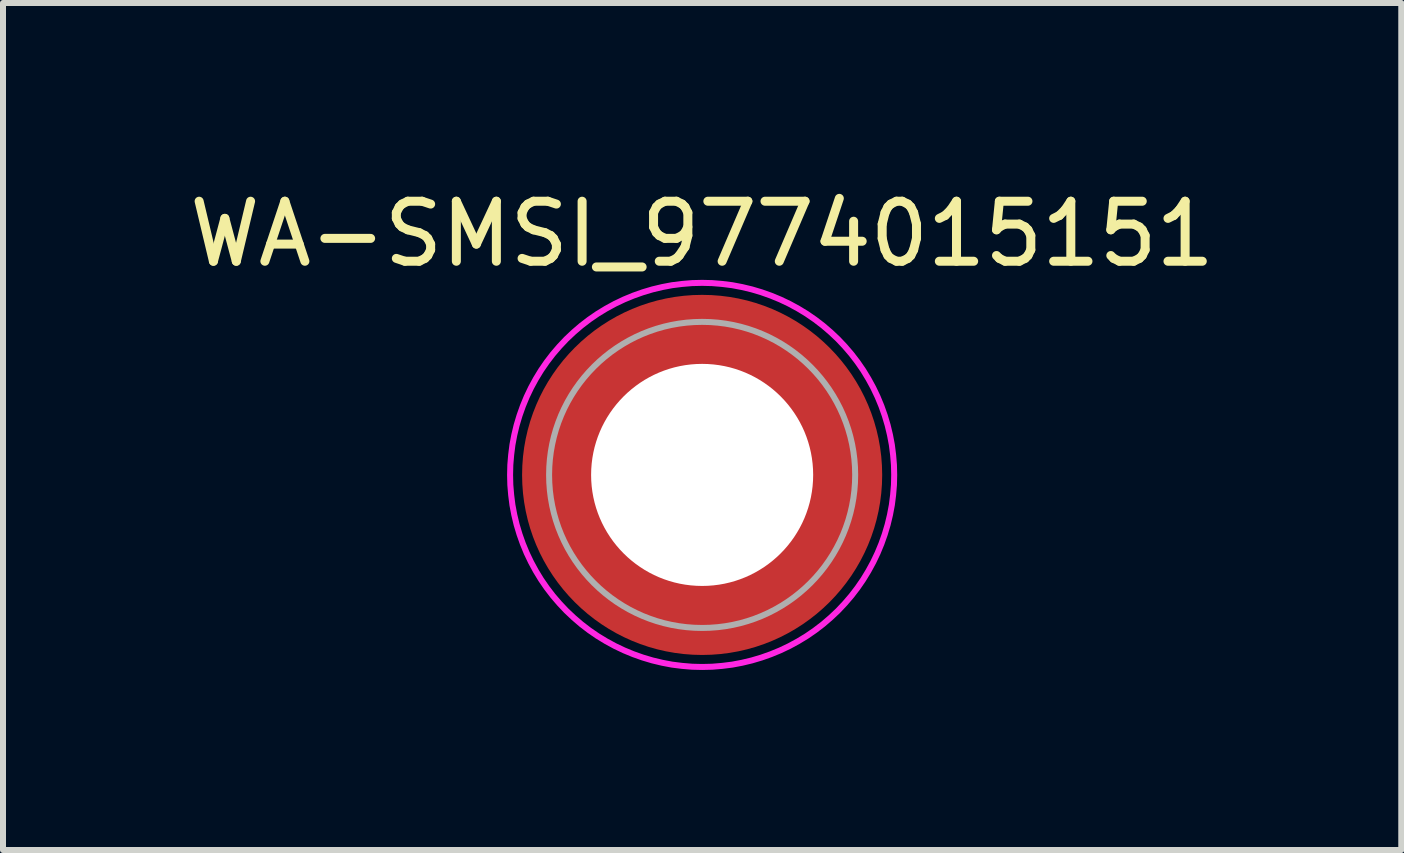
<source format=kicad_pcb>
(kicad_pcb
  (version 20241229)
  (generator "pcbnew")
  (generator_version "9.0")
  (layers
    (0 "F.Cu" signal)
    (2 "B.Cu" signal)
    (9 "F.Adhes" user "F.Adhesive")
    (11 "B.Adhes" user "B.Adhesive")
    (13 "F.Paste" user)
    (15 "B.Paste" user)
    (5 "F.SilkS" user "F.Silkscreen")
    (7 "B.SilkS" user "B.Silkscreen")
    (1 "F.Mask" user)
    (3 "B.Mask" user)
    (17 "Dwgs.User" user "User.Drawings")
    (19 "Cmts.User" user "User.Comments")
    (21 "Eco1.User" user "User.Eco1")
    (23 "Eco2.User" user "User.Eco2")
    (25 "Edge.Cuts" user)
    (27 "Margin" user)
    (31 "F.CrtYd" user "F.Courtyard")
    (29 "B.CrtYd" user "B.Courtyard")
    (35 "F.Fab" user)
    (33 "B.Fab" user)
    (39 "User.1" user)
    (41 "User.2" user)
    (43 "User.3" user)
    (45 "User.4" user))
  (footprint "WA-SMSI_9774015151"
    (layer "F.Cu")
    (at 8.649 4.863)
    (property "Reference" "WA-SMSI_9774015151" (at 0 -4.015 0) (layer "F.SilkS") (effects (font (size 1 1) (thickness 0.15))))
    (attr smd)
    (fp_poly (pts (xy -2.9 0.325) (xy -1.87 0.325) (xy -1.87 0.335) (xy -1.865 0.37) (xy -1.85 0.435) (xy -1.82 0.55) (xy -1.795 0.625) (xy -1.76 0.715) (xy -1.74 0.765) (xy -1.695 0.86) (xy -1.655 0.935) (xy -1.585 1.05) (xy -1.54 1.115) (xy -1.505 1.16) (xy -1.445 1.235) (xy -1.395 1.29) (xy -1.355 1.335) (xy -1.315 1.37) (xy -1.235 1.445) (xy -1.18 1.49) (xy -1.135 1.525) (xy -1.08 1.565) (xy -1.025 1.6) (xy -0.96 1.64) (xy -0.89 1.68) (xy -0.81 1.72) (xy -0.73 1.755) (xy -0.645 1.79) (xy -0.57 1.815) (xy -0.495 1.835) (xy -0.415 1.855) (xy -0.365 1.865) (xy -0.34 1.87) (xy -0.325 1.87) (xy -0.325 2.9) (xy -0.325 2.905) (xy -0.35 2.9) (xy -0.42 2.89) (xy -0.51 2.875) (xy -0.59 2.86) (xy -0.665 2.845) (xy -0.765 2.82) (xy -0.85 2.795) (xy -0.94 2.765) (xy -1.01 2.74) (xy -1.09 2.71) (xy -1.175 2.675) (xy -1.25 2.64) (xy -1.32 2.605) (xy -1.37 2.58) (xy -1.44 2.54) (xy -1.51 2.5) (xy -1.58 2.455) (xy -1.62 2.43) (xy -1.685 2.385) (xy -1.735 2.35) (xy -1.78 2.315) (xy -1.845 2.265) (xy -1.91 2.21) (xy -1.95 2.175) (xy -2.015 2.115) (xy -2.075 2.055) (xy -2.125 2.005) (xy -2.165 1.96) (xy -2.205 1.915) (xy -2.26 1.85) (xy -2.3 1.8) (xy -2.345 1.74) (xy -2.395 1.67) (xy -2.44 1.605) (xy -2.49 1.525) (xy -2.525 1.47) (xy -2.57 1.385) (xy -2.61 1.315) (xy -2.65 1.23) (xy -2.68 1.16) (xy -2.725 1.055) (xy -2.76 0.955) (xy -2.785 0.88) (xy -2.81 0.8) (xy -2.84 0.68) (xy -2.86 0.595) (xy -2.875 0.515) (xy -2.89 0.43) (xy -2.9 0.35)) (stroke (width 0.01) (type solid)) (fill yes) (layer "F.Paste"))
    (fp_poly (pts (xy -0.325 -2.9) (xy -0.325 -1.87) (xy -0.335 -1.87) (xy -0.37 -1.865) (xy -0.435 -1.85) (xy -0.55 -1.82) (xy -0.625 -1.795) (xy -0.715 -1.76) (xy -0.765 -1.74) (xy -0.86 -1.695) (xy -0.935 -1.655) (xy -1.05 -1.585) (xy -1.115 -1.54) (xy -1.16 -1.505) (xy -1.235 -1.445) (xy -1.29 -1.395) (xy -1.335 -1.355) (xy -1.37 -1.315) (xy -1.445 -1.235) (xy -1.49 -1.18) (xy -1.525 -1.135) (xy -1.565 -1.08) (xy -1.6 -1.025) (xy -1.64 -0.96) (xy -1.68 -0.89) (xy -1.72 -0.81) (xy -1.755 -0.73) (xy -1.79 -0.645) (xy -1.815 -0.57) (xy -1.835 -0.495) (xy -1.855 -0.415) (xy -1.865 -0.365) (xy -1.87 -0.34) (xy -1.87 -0.325) (xy -2.9 -0.325) (xy -2.905 -0.325) (xy -2.9 -0.35) (xy -2.89 -0.42) (xy -2.875 -0.51) (xy -2.86 -0.59) (xy -2.845 -0.665) (xy -2.82 -0.765) (xy -2.795 -0.85) (xy -2.765 -0.94) (xy -2.74 -1.01) (xy -2.71 -1.09) (xy -2.675 -1.175) (xy -2.64 -1.25) (xy -2.605 -1.32) (xy -2.58 -1.37) (xy -2.54 -1.44) (xy -2.5 -1.51) (xy -2.455 -1.58) (xy -2.43 -1.62) (xy -2.385 -1.685) (xy -2.35 -1.735) (xy -2.315 -1.78) (xy -2.265 -1.845) (xy -2.21 -1.91) (xy -2.175 -1.95) (xy -2.115 -2.015) (xy -2.055 -2.075) (xy -2.005 -2.125) (xy -1.96 -2.165) (xy -1.915 -2.205) (xy -1.85 -2.26) (xy -1.8 -2.3) (xy -1.74 -2.345) (xy -1.67 -2.395) (xy -1.605 -2.44) (xy -1.525 -2.49) (xy -1.47 -2.525) (xy -1.385 -2.57) (xy -1.315 -2.61) (xy -1.23 -2.65) (xy -1.16 -2.68) (xy -1.055 -2.725) (xy -0.955 -2.76) (xy -0.88 -2.785) (xy -0.8 -2.81) (xy -0.68 -2.84) (xy -0.595 -2.86) (xy -0.515 -2.875) (xy -0.43 -2.89) (xy -0.35 -2.9)) (stroke (width 0.01) (type solid)) (fill yes) (layer "F.Paste"))
    (fp_poly (pts (xy 0.325 2.9) (xy 0.325 1.87) (xy 0.335 1.87) (xy 0.37 1.865) (xy 0.435 1.85) (xy 0.55 1.82) (xy 0.625 1.795) (xy 0.715 1.76) (xy 0.765 1.74) (xy 0.86 1.695) (xy 0.935 1.655) (xy 1.05 1.585) (xy 1.115 1.54) (xy 1.16 1.505) (xy 1.235 1.445) (xy 1.29 1.395) (xy 1.335 1.355) (xy 1.37 1.315) (xy 1.445 1.235) (xy 1.49 1.18) (xy 1.525 1.135) (xy 1.565 1.08) (xy 1.6 1.025) (xy 1.64 0.96) (xy 1.68 0.89) (xy 1.72 0.81) (xy 1.755 0.73) (xy 1.79 0.645) (xy 1.815 0.57) (xy 1.835 0.495) (xy 1.855 0.415) (xy 1.865 0.365) (xy 1.87 0.34) (xy 1.87 0.325) (xy 2.9 0.325) (xy 2.905 0.325) (xy 2.9 0.35) (xy 2.89 0.42) (xy 2.875 0.51) (xy 2.86 0.59) (xy 2.845 0.665) (xy 2.82 0.765) (xy 2.795 0.85) (xy 2.765 0.94) (xy 2.74 1.01) (xy 2.71 1.09) (xy 2.675 1.175) (xy 2.64 1.25) (xy 2.605 1.32) (xy 2.58 1.37) (xy 2.54 1.44) (xy 2.5 1.51) (xy 2.455 1.58) (xy 2.43 1.62) (xy 2.385 1.685) (xy 2.35 1.735) (xy 2.315 1.78) (xy 2.265 1.845) (xy 2.21 1.91) (xy 2.175 1.95) (xy 2.115 2.015) (xy 2.055 2.075) (xy 2.005 2.125) (xy 1.96 2.165) (xy 1.915 2.205) (xy 1.85 2.26) (xy 1.8 2.3) (xy 1.74 2.345) (xy 1.67 2.395) (xy 1.605 2.44) (xy 1.525 2.49) (xy 1.47 2.525) (xy 1.385 2.57) (xy 1.315 2.61) (xy 1.23 2.65) (xy 1.16 2.68) (xy 1.055 2.725) (xy 0.955 2.76) (xy 0.88 2.785) (xy 0.8 2.81) (xy 0.68 2.84) (xy 0.595 2.86) (xy 0.515 2.875) (xy 0.43 2.89) (xy 0.35 2.9)) (stroke (width 0.01) (type solid)) (fill yes) (layer "F.Paste"))
    (fp_poly (pts (xy 2.9 -0.325) (xy 1.87 -0.325) (xy 1.87 -0.335) (xy 1.865 -0.37) (xy 1.85 -0.435) (xy 1.82 -0.55) (xy 1.795 -0.625) (xy 1.76 -0.715) (xy 1.74 -0.765) (xy 1.695 -0.86) (xy 1.655 -0.935) (xy 1.585 -1.05) (xy 1.54 -1.115) (xy 1.505 -1.16) (xy 1.445 -1.235) (xy 1.395 -1.29) (xy 1.355 -1.335) (xy 1.315 -1.37) (xy 1.235 -1.445) (xy 1.18 -1.49) (xy 1.135 -1.525) (xy 1.08 -1.565) (xy 1.025 -1.6) (xy 0.96 -1.64) (xy 0.89 -1.68) (xy 0.81 -1.72) (xy 0.73 -1.755) (xy 0.645 -1.79) (xy 0.57 -1.815) (xy 0.495 -1.835) (xy 0.415 -1.855) (xy 0.365 -1.865) (xy 0.34 -1.87) (xy 0.325 -1.87) (xy 0.325 -2.9) (xy 0.325 -2.905) (xy 0.35 -2.9) (xy 0.42 -2.89) (xy 0.51 -2.875) (xy 0.59 -2.86) (xy 0.665 -2.845) (xy 0.765 -2.82) (xy 0.85 -2.795) (xy 0.94 -2.765) (xy 1.01 -2.74) (xy 1.09 -2.71) (xy 1.175 -2.675) (xy 1.25 -2.64) (xy 1.32 -2.605) (xy 1.37 -2.58) (xy 1.44 -2.54) (xy 1.51 -2.5) (xy 1.58 -2.455) (xy 1.62 -2.43) (xy 1.685 -2.385) (xy 1.735 -2.35) (xy 1.78 -2.315) (xy 1.845 -2.265) (xy 1.91 -2.21) (xy 1.95 -2.175) (xy 2.015 -2.115) (xy 2.075 -2.055) (xy 2.125 -2.005) (xy 2.165 -1.96) (xy 2.205 -1.915) (xy 2.26 -1.85) (xy 2.3 -1.8) (xy 2.345 -1.74) (xy 2.395 -1.67) (xy 2.44 -1.605) (xy 2.49 -1.525) (xy 2.525 -1.47) (xy 2.57 -1.385) (xy 2.61 -1.315) (xy 2.65 -1.23) (xy 2.68 -1.16) (xy 2.725 -1.055) (xy 2.76 -0.955) (xy 2.785 -0.88) (xy 2.81 -0.8) (xy 2.84 -0.68) (xy 2.86 -0.595) (xy 2.875 -0.515) (xy 2.89 -0.43) (xy 2.9 -0.35)) (stroke (width 0.01) (type solid)) (fill yes) (layer "F.Paste"))
    (fp_poly (pts (xy 0 -3.2) (xy 0.167 -3.196) (xy 0.334 -3.182) (xy 0.501 -3.161) (xy 0.665 -3.13) (xy 0.828 -3.091) (xy 0.989 -3.043) (xy 1.147 -2.987) (xy 1.302 -2.923) (xy 1.453 -2.851) (xy 1.6 -2.771) (xy 1.743 -2.684) (xy 1.881 -2.589) (xy 2.014 -2.487) (xy 2.141 -2.378) (xy 2.263 -2.263) (xy 2.378 -2.141) (xy 2.487 -2.014) (xy 2.589 -1.881) (xy 2.684 -1.743) (xy 2.771 -1.6) (xy 2.851 -1.453) (xy 2.923 -1.302) (xy 2.987 -1.147) (xy 3.043 -0.989) (xy 3.091 -0.828) (xy 3.13 -0.665) (xy 3.161 -0.501) (xy 3.182 -0.334) (xy 3.196 -0.167) (xy 3.2 0) (xy 3.196 0.167) (xy 3.182 0.334) (xy 3.161 0.501) (xy 3.13 0.665) (xy 3.091 0.828) (xy 3.043 0.989) (xy 2.987 1.147) (xy 2.923 1.302) (xy 2.851 1.453) (xy 2.771 1.6) (xy 2.684 1.743) (xy 2.589 1.881) (xy 2.487 2.014) (xy 2.378 2.141) (xy 2.263 2.263) (xy 2.141 2.378) (xy 2.014 2.487) (xy 1.881 2.589) (xy 1.743 2.684) (xy 1.6 2.771) (xy 1.453 2.851) (xy 1.302 2.923) (xy 1.147 2.987) (xy 0.989 3.043) (xy 0.828 3.091) (xy 0.665 3.13) (xy 0.501 3.161) (xy 0.334 3.182) (xy 0.167 3.196) (xy 0 3.2) (xy -0.167 3.196) (xy -0.334 3.182) (xy -0.501 3.161) (xy -0.665 3.13) (xy -0.828 3.091) (xy -0.989 3.043) (xy -1.147 2.987) (xy -1.302 2.923) (xy -1.453 2.851) (xy -1.6 2.771) (xy -1.743 2.684) (xy -1.881 2.589) (xy -2.014 2.487) (xy -2.141 2.378) (xy -2.263 2.263) (xy -2.378 2.141) (xy -2.487 2.014) (xy -2.589 1.881) (xy -2.684 1.743) (xy -2.771 1.6) (xy -2.851 1.453) (xy -2.923 1.302) (xy -2.987 1.147) (xy -3.043 0.989) (xy -3.091 0.828) (xy -3.13 0.665) (xy -3.161 0.501) (xy -3.182 0.334) (xy -3.196 0.167) (xy -3.2 0) (xy -3.196 -0.167) (xy -3.182 -0.334) (xy -3.161 -0.501) (xy -3.13 -0.665) (xy -3.091 -0.828) (xy -3.043 -0.989) (xy -2.987 -1.147) (xy -2.923 -1.302) (xy -2.851 -1.453) (xy -2.771 -1.6) (xy -2.684 -1.743) (xy -2.589 -1.881) (xy -2.487 -2.014) (xy -2.378 -2.141) (xy -2.263 -2.263) (xy -2.141 -2.378) (xy -2.014 -2.487) (xy -1.881 -2.589) (xy -1.743 -2.684) (xy -1.6 -2.771) (xy -1.453 -2.851) (xy -1.302 -2.923) (xy -1.147 -2.987) (xy -0.989 -3.043) (xy -0.828 -3.091) (xy -0.665 -3.13) (xy -0.501 -3.161) (xy -0.334 -3.182) (xy -0.167 -3.196) (xy 0 -3.2)) (stroke (width 0.1) (type solid)) (fill no) (layer "F.CrtYd"))
    (fp_circle (center 0 0) (end 2.55 0) (stroke (width 0.1) (type solid)) (fill no) (layer "F.Fab"))
    (pad "" np_thru_hole circle (at 0 0) (size 3.7 3.7) (drill 3.7) (layers "*.Cu" "*.Mask"))
    (pad "1" smd circle (at 0 0) (size 6 6) (layers "F.Cu" "F.Mask")))
  (gr_rect
    (start -3 -3)
    (end 20.298 11.113)
    (stroke (width 0.1) (type default))
    (fill no)
    (layer "Edge.Cuts")))
</source>
